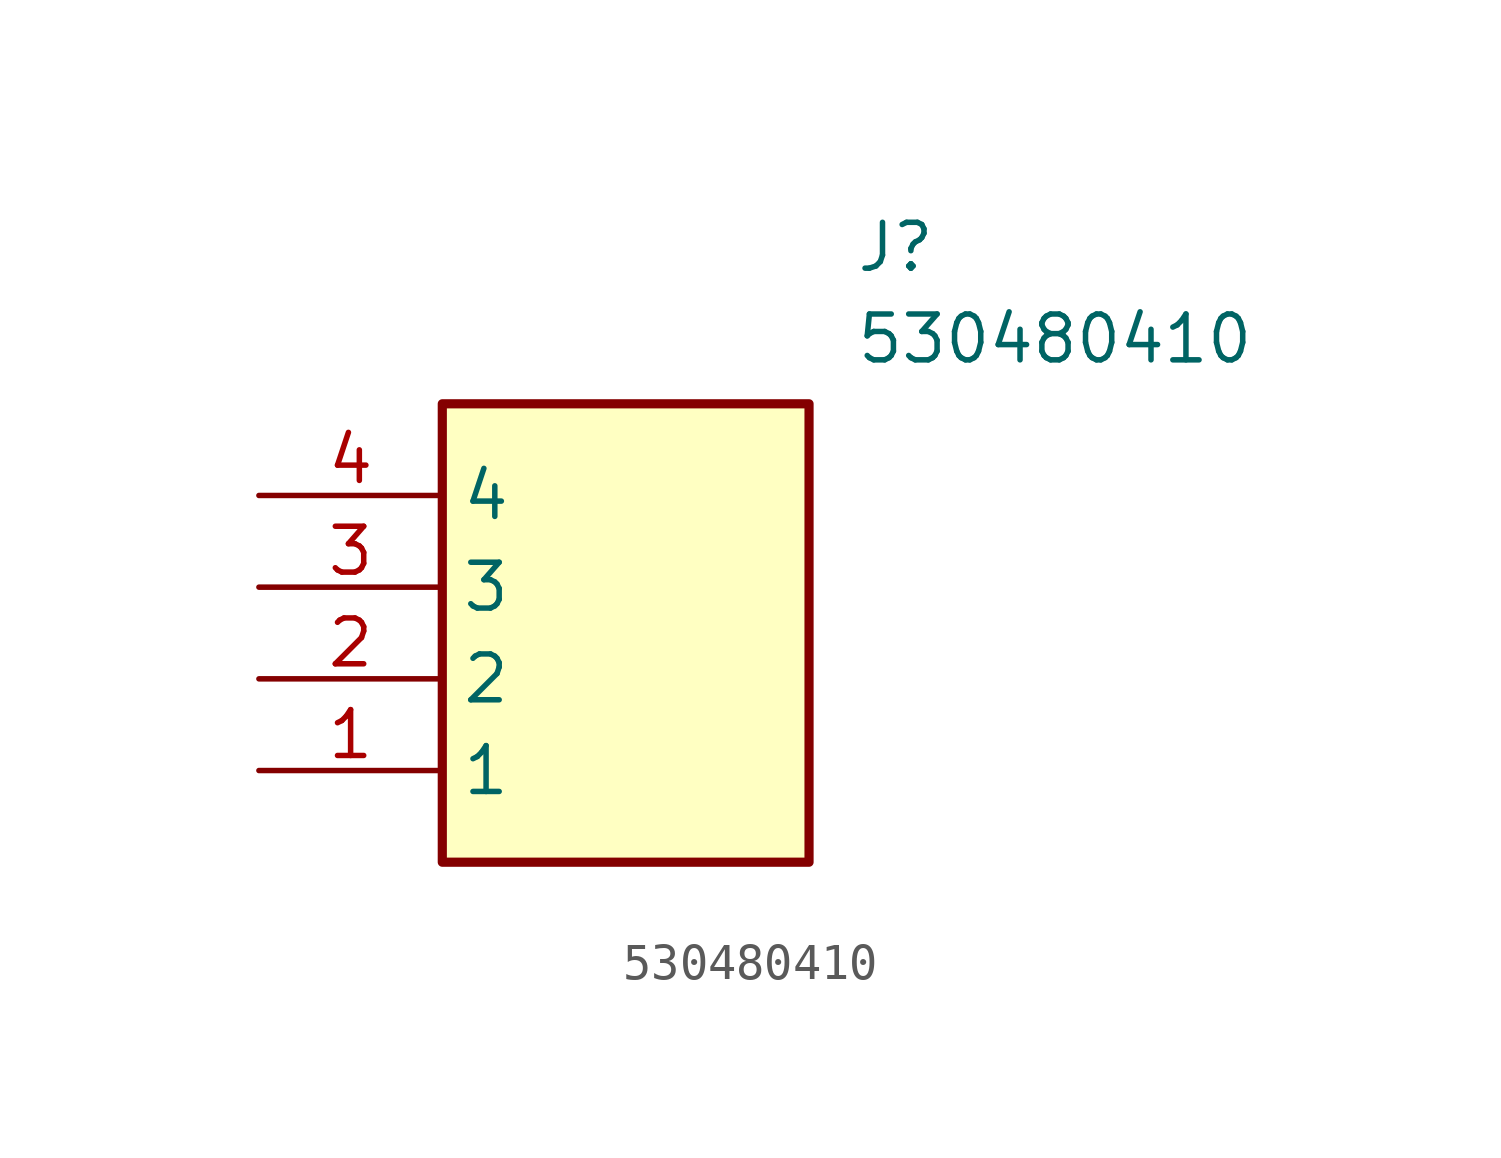
<source format=kicad_sym>
(kicad_symbol_lib
  (version 20211014)
  (generator SamacSys_ECAD_Model)
  (symbol "530480410"
    (property "Reference" "J"
      (at 16.51 7.62 0)
      (effects (font (size 1.27 1.27)) (justify left top)))
    (property "Value" "530480410"
      (at 16.51 5.08 0)
      (effects (font (size 1.27 1.27)) (justify left top)))
    (rectangle
      (start 5.08 2.54)
      (end 15.24 -10.16)
      (stroke (width 0.254) (type default))
      (fill (type background)))
    (pin passive line
      (at 0 -7.62 0)
      (length 5.08)
      (name "1" (effects (font (size 1.27 1.27))))
      (number "1" (effects (font (size 1.27 1.27)))))
    (pin passive line
      (at 0 -5.08 0)
      (length 5.08)
      (name "2" (effects (font (size 1.27 1.27))))
      (number "2" (effects (font (size 1.27 1.27)))))
    (pin passive line
      (at 0 -2.54 0)
      (length 5.08)
      (name "3" (effects (font (size 1.27 1.27))))
      (number "3" (effects (font (size 1.27 1.27)))))
    (pin passive line
      (at 0 0 0)
      (length 5.08)
      (name "4" (effects (font (size 1.27 1.27))))
      (number "4" (effects (font (size 1.27 1.27)))))))
</source>
